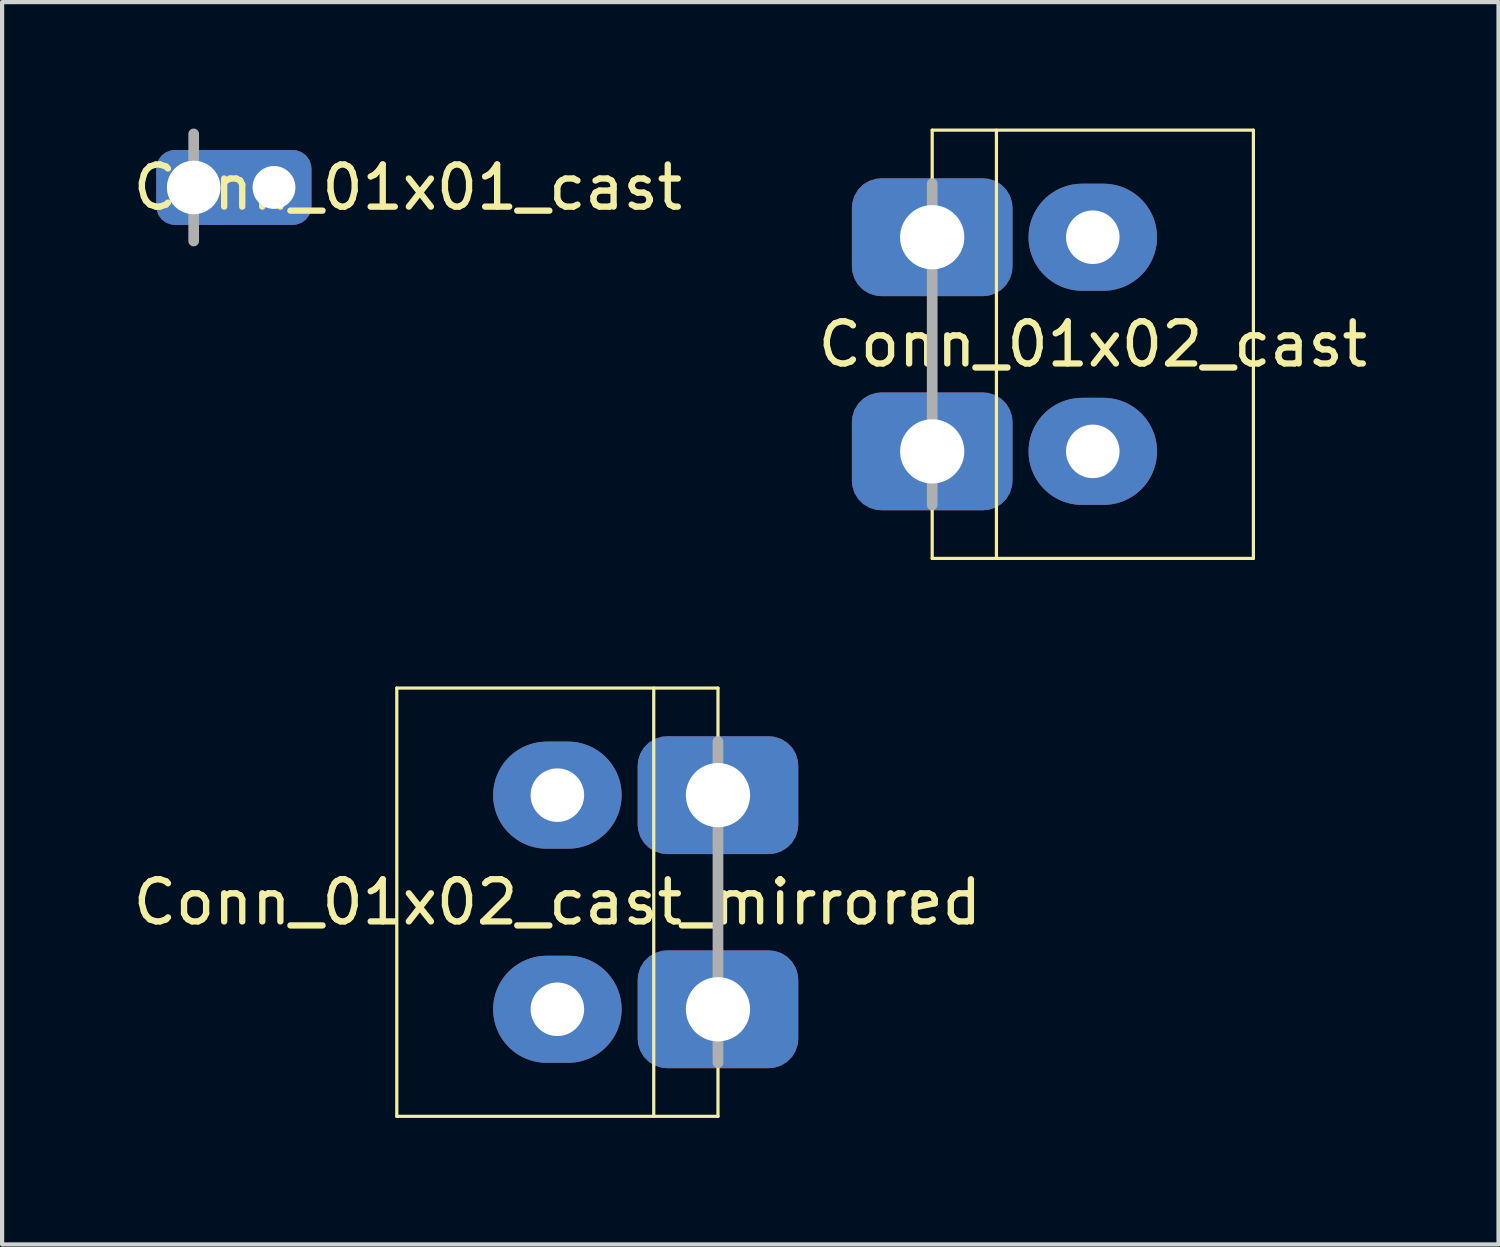
<source format=kicad_pcb>
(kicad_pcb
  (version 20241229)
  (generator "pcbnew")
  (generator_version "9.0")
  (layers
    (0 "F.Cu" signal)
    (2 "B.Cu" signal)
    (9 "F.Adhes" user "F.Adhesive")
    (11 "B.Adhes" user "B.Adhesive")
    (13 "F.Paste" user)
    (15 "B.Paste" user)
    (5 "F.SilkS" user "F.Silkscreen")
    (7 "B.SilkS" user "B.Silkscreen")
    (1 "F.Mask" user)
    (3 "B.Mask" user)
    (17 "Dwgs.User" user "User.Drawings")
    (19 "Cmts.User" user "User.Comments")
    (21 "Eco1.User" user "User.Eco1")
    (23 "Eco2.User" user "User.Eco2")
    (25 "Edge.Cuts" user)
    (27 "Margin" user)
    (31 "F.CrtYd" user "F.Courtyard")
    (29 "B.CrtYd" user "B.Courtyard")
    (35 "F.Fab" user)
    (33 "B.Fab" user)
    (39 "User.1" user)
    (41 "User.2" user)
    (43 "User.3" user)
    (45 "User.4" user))
  (footprint "Conn_01x02_cast"
    (layer "F.Cu")
    (at 19.065 5.118)
    (property "Reference" "Conn_01x02_cast" (at 3.81 0 0) (layer "F.SilkS") (effects (font (size 1 1) (thickness 0.15))))
    (attr through_hole)
    (fp_line (start 0 -5.08) (end 7.62 -5.08) (stroke (width 0.076) (type solid)) (layer "F.SilkS"))
    (fp_line (start 0 5.08) (end 0 -5.08) (stroke (width 0.076) (type solid)) (layer "F.SilkS"))
    (fp_line (start 1.524 -5.08) (end 1.524 5.08) (stroke (width 0.076) (type solid)) (layer "F.SilkS"))
    (fp_line (start 7.62 -5.08) (end 7.62 5.08) (stroke (width 0.076) (type solid)) (layer "F.SilkS"))
    (fp_line (start 7.62 5.08) (end 0 5.08) (stroke (width 0.076) (type solid)) (layer "F.SilkS"))
    (fp_line (start 0 -3.81) (end 0 3.81) (stroke (width 0.254) (type solid)) (layer "F.Fab"))
    (pad "1" thru_hole roundrect (at 0 -2.54) (size 3.81 2.794) (drill 1.524) (layers "*.Cu" "*.Mask") (roundrect_rratio 0.25))
    (pad "1" thru_hole oval (at 3.81 -2.54) (size 3.048 2.54) (drill 1.27) (layers "*.Cu" "*.Mask"))
    (pad "2" thru_hole roundrect (at 0 2.54) (size 3.81 2.794) (drill 1.524) (layers "*.Cu" "*.Mask") (roundrect_rratio 0.25))
    (pad "2" thru_hole oval (at 3.81 2.54) (size 3.048 2.54) (drill 1.27) (layers "*.Cu" "*.Mask")))
  (footprint "Conn_01x01_cast"
    (layer "F.Cu")
    (at 1.545 1.397)
    (property "Reference" "Conn_01x01_cast" (at 5.08 0 0) (layer "F.SilkS") (effects (font (size 1 1) (thickness 0.15))))
    (attr through_hole)
    (fp_line (start 0 -1.27) (end 0 1.27) (stroke (width 0.254) (type solid)) (layer "F.Fab"))
    (pad "1" thru_hole roundrect (at 0 0) (size 1.778 1.778) (drill 1.27) (layers "*.Cu" "*.Mask") (roundrect_rratio 0.25))
    (pad "1" thru_hole roundrect (at 1.905 0) (size 2.794 1.778) (drill 1.016 (offset -0.508 0)) (layers "*.Cu" "*.Mask") (roundrect_rratio 0.25)))
  (footprint "Conn_01x02_cast_mirrored"
    (layer "F.Cu")
    (at 13.983 18.354)
    (property "Reference" "Conn_01x02_cast_mirrored" (at -3.81 0 0) (layer "F.SilkS") (effects (font (size 1 1) (thickness 0.15))))
    (attr through_hole)
    (fp_line (start -7.62 -5.08) (end -7.62 5.08) (stroke (width 0.076) (type solid)) (layer "F.SilkS"))
    (fp_line (start -7.62 -5.08) (end 0 -5.08) (stroke (width 0.076) (type solid)) (layer "F.SilkS"))
    (fp_line (start -1.524 -5.08) (end -1.524 5.08) (stroke (width 0.076) (type solid)) (layer "F.SilkS"))
    (fp_line (start 0 -5.08) (end 0 5.08) (stroke (width 0.076) (type solid)) (layer "F.SilkS"))
    (fp_line (start 0 5.08) (end -7.62 5.08) (stroke (width 0.076) (type solid)) (layer "F.SilkS"))
    (fp_line (start 0 -3.81) (end 0 3.81) (stroke (width 0.254) (type solid)) (layer "F.Fab"))
    (pad "1" thru_hole oval (at -3.81 -2.54) (size 3.048 2.54) (drill 1.27) (layers "*.Cu" "*.Mask"))
    (pad "1" thru_hole roundrect (at 0 -2.54) (size 3.81 2.794) (drill 1.524) (layers "*.Cu" "*.Mask") (roundrect_rratio 0.25))
    (pad "2" thru_hole oval (at -3.81 2.54) (size 3.048 2.54) (drill 1.27) (layers "*.Cu" "*.Mask"))
    (pad "2" thru_hole roundrect (at 0 2.54) (size 3.81 2.794) (drill 1.524) (layers "*.Cu" "*.Mask") (roundrect_rratio 0.25)))
  (gr_rect
    (start -3 -3)
    (end 32.5 26.472)
    (stroke (width 0.1) (type default))
    (fill no)
    (layer "Edge.Cuts")))
</source>
